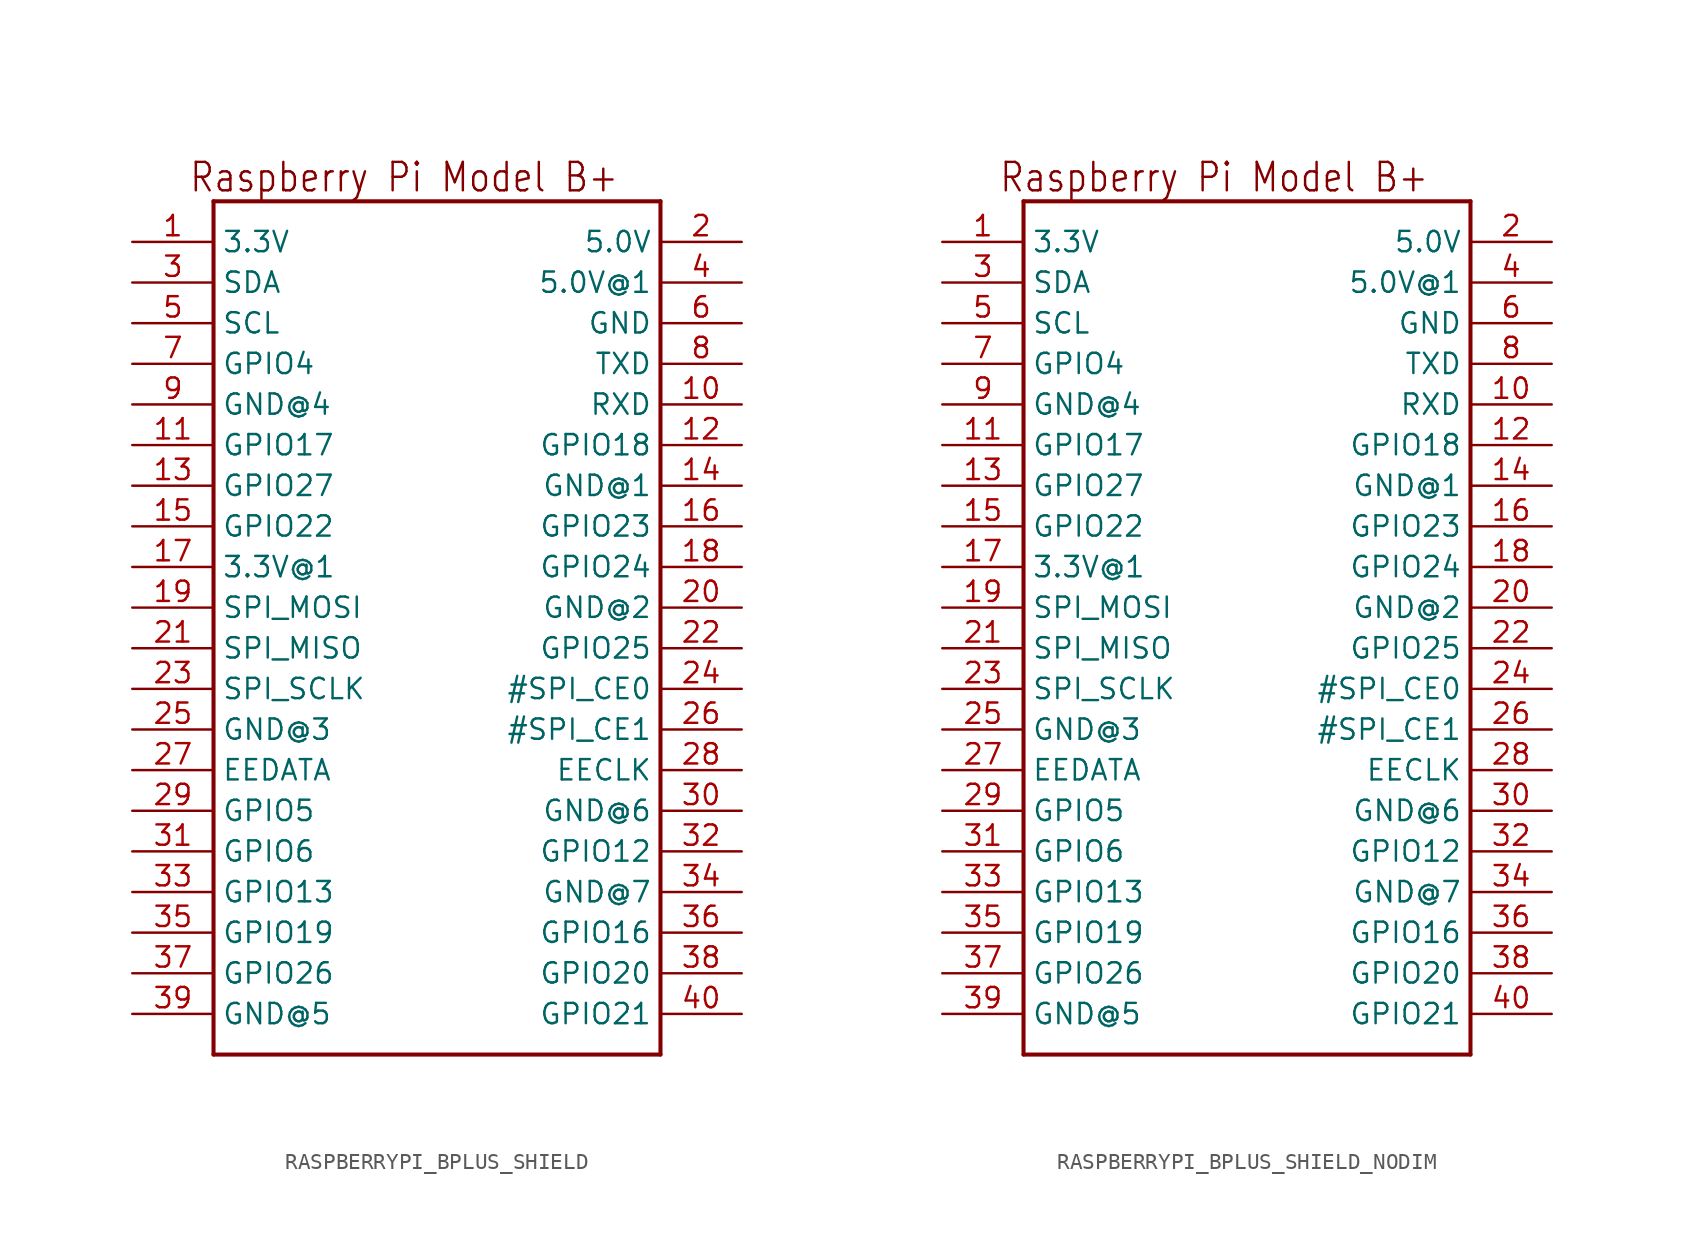
<source format=kicad_sym>
(kicad_symbol_lib
  (version 20211014)
  (generator kicad_symbol_editor)
  (symbol "RASPBERRYPI_BPLUS_SHIELD"
    (property "Reference" "RPI"
      (at 0 0 0)
      (effects (font (size 1.27 1.27)) hide))
    (property "ki_locked" ""
      (at 0 0 0)
      (effects (font (size 1.27 1.27))))
    (symbol "RASPBERRYPI_BPLUS_SHIELD_1_0"
      (polyline (pts (xy -12.7 -30.48) (xy -12.7 22.86)) (stroke (width 0.254) (type default) (color 0 0 0 0)) (fill (type none)))
      (polyline (pts (xy -12.7 22.86) (xy 15.24 22.86)) (stroke (width 0.254) (type default) (color 0 0 0 0)) (fill (type none)))
      (polyline (pts (xy 15.24 -30.48) (xy -12.7 -30.48)) (stroke (width 0.254) (type default) (color 0 0 0 0)) (fill (type none)))
      (polyline (pts (xy 15.24 22.86) (xy 15.24 -30.48)) (stroke (width 0.254) (type default) (color 0 0 0 0)) (fill (type none)))
      (text "Raspberry Pi Model B+" (at 12.7 25.4 0) (effects (font (size 1.778 1.511)) (justify right top)))
      (pin power_in line (at -17.78 20.32 0) (length 5.08) (name "3.3V" (effects (font (size 1.27 1.27)))) (number "1" (effects (font (size 1.27 1.27)))))
      (pin bidirectional line (at 20.32 10.16 180) (length 5.08) (name "RXD" (effects (font (size 1.27 1.27)))) (number "10" (effects (font (size 1.27 1.27)))))
      (pin bidirectional line (at -17.78 7.62 0) (length 5.08) (name "GPIO17" (effects (font (size 1.27 1.27)))) (number "11" (effects (font (size 1.27 1.27)))))
      (pin bidirectional line (at 20.32 7.62 180) (length 5.08) (name "GPIO18" (effects (font (size 1.27 1.27)))) (number "12" (effects (font (size 1.27 1.27)))))
      (pin bidirectional line (at -17.78 5.08 0) (length 5.08) (name "GPIO27" (effects (font (size 1.27 1.27)))) (number "13" (effects (font (size 1.27 1.27)))))
      (pin power_in line (at 20.32 5.08 180) (length 5.08) (name "GND@1" (effects (font (size 1.27 1.27)))) (number "14" (effects (font (size 1.27 1.27)))))
      (pin bidirectional line (at -17.78 2.54 0) (length 5.08) (name "GPIO22" (effects (font (size 1.27 1.27)))) (number "15" (effects (font (size 1.27 1.27)))))
      (pin bidirectional line (at 20.32 2.54 180) (length 5.08) (name "GPIO23" (effects (font (size 1.27 1.27)))) (number "16" (effects (font (size 1.27 1.27)))))
      (pin power_in line (at -17.78 0 0) (length 5.08) (name "3.3V@1" (effects (font (size 1.27 1.27)))) (number "17" (effects (font (size 1.27 1.27)))))
      (pin bidirectional line (at 20.32 0 180) (length 5.08) (name "GPIO24" (effects (font (size 1.27 1.27)))) (number "18" (effects (font (size 1.27 1.27)))))
      (pin bidirectional line (at -17.78 -2.54 0) (length 5.08) (name "SPI_MOSI" (effects (font (size 1.27 1.27)))) (number "19" (effects (font (size 1.27 1.27)))))
      (pin power_in line (at 20.32 20.32 180) (length 5.08) (name "5.0V" (effects (font (size 1.27 1.27)))) (number "2" (effects (font (size 1.27 1.27)))))
      (pin power_in line (at 20.32 -2.54 180) (length 5.08) (name "GND@2" (effects (font (size 1.27 1.27)))) (number "20" (effects (font (size 1.27 1.27)))))
      (pin bidirectional line (at -17.78 -5.08 0) (length 5.08) (name "SPI_MISO" (effects (font (size 1.27 1.27)))) (number "21" (effects (font (size 1.27 1.27)))))
      (pin bidirectional line (at 20.32 -5.08 180) (length 5.08) (name "GPIO25" (effects (font (size 1.27 1.27)))) (number "22" (effects (font (size 1.27 1.27)))))
      (pin bidirectional line (at -17.78 -7.62 0) (length 5.08) (name "SPI_SCLK" (effects (font (size 1.27 1.27)))) (number "23" (effects (font (size 1.27 1.27)))))
      (pin bidirectional line (at 20.32 -7.62 180) (length 5.08) (name "#SPI_CE0" (effects (font (size 1.27 1.27)))) (number "24" (effects (font (size 1.27 1.27)))))
      (pin power_in line (at -17.78 -10.16 0) (length 5.08) (name "GND@3" (effects (font (size 1.27 1.27)))) (number "25" (effects (font (size 1.27 1.27)))))
      (pin bidirectional line (at 20.32 -10.16 180) (length 5.08) (name "#SPI_CE1" (effects (font (size 1.27 1.27)))) (number "26" (effects (font (size 1.27 1.27)))))
      (pin bidirectional line (at -17.78 -12.7 0) (length 5.08) (name "EEDATA" (effects (font (size 1.27 1.27)))) (number "27" (effects (font (size 1.27 1.27)))))
      (pin bidirectional line (at 20.32 -12.7 180) (length 5.08) (name "EECLK" (effects (font (size 1.27 1.27)))) (number "28" (effects (font (size 1.27 1.27)))))
      (pin bidirectional line (at -17.78 -15.24 0) (length 5.08) (name "GPIO5" (effects (font (size 1.27 1.27)))) (number "29" (effects (font (size 1.27 1.27)))))
      (pin bidirectional line (at -17.78 17.78 0) (length 5.08) (name "SDA" (effects (font (size 1.27 1.27)))) (number "3" (effects (font (size 1.27 1.27)))))
      (pin power_in line (at 20.32 -15.24 180) (length 5.08) (name "GND@6" (effects (font (size 1.27 1.27)))) (number "30" (effects (font (size 1.27 1.27)))))
      (pin bidirectional line (at -17.78 -17.78 0) (length 5.08) (name "GPIO6" (effects (font (size 1.27 1.27)))) (number "31" (effects (font (size 1.27 1.27)))))
      (pin bidirectional line (at 20.32 -17.78 180) (length 5.08) (name "GPIO12" (effects (font (size 1.27 1.27)))) (number "32" (effects (font (size 1.27 1.27)))))
      (pin bidirectional line (at -17.78 -20.32 0) (length 5.08) (name "GPIO13" (effects (font (size 1.27 1.27)))) (number "33" (effects (font (size 1.27 1.27)))))
      (pin power_in line (at 20.32 -20.32 180) (length 5.08) (name "GND@7" (effects (font (size 1.27 1.27)))) (number "34" (effects (font (size 1.27 1.27)))))
      (pin bidirectional line (at -17.78 -22.86 0) (length 5.08) (name "GPIO19" (effects (font (size 1.27 1.27)))) (number "35" (effects (font (size 1.27 1.27)))))
      (pin bidirectional line (at 20.32 -22.86 180) (length 5.08) (name "GPIO16" (effects (font (size 1.27 1.27)))) (number "36" (effects (font (size 1.27 1.27)))))
      (pin bidirectional line (at -17.78 -25.4 0) (length 5.08) (name "GPIO26" (effects (font (size 1.27 1.27)))) (number "37" (effects (font (size 1.27 1.27)))))
      (pin bidirectional line (at 20.32 -25.4 180) (length 5.08) (name "GPIO20" (effects (font (size 1.27 1.27)))) (number "38" (effects (font (size 1.27 1.27)))))
      (pin power_in line (at -17.78 -27.94 0) (length 5.08) (name "GND@5" (effects (font (size 1.27 1.27)))) (number "39" (effects (font (size 1.27 1.27)))))
      (pin power_in line (at 20.32 17.78 180) (length 5.08) (name "5.0V@1" (effects (font (size 1.27 1.27)))) (number "4" (effects (font (size 1.27 1.27)))))
      (pin bidirectional line (at 20.32 -27.94 180) (length 5.08) (name "GPIO21" (effects (font (size 1.27 1.27)))) (number "40" (effects (font (size 1.27 1.27)))))
      (pin bidirectional line (at -17.78 15.24 0) (length 5.08) (name "SCL" (effects (font (size 1.27 1.27)))) (number "5" (effects (font (size 1.27 1.27)))))
      (pin power_in line (at 20.32 15.24 180) (length 5.08) (name "GND" (effects (font (size 1.27 1.27)))) (number "6" (effects (font (size 1.27 1.27)))))
      (pin bidirectional line (at -17.78 12.7 0) (length 5.08) (name "GPIO4" (effects (font (size 1.27 1.27)))) (number "7" (effects (font (size 1.27 1.27)))))
      (pin bidirectional line (at 20.32 12.7 180) (length 5.08) (name "TXD" (effects (font (size 1.27 1.27)))) (number "8" (effects (font (size 1.27 1.27)))))
      (pin power_in line (at -17.78 10.16 0) (length 5.08) (name "GND@4" (effects (font (size 1.27 1.27)))) (number "9" (effects (font (size 1.27 1.27)))))))
  (symbol "RASPBERRYPI_BPLUS_SHIELD_NODIM"
    (property "Reference" "RPI"
      (at 0 0 0)
      (effects (font (size 1.27 1.27)) hide))
    (property "ki_locked" ""
      (at 0 0 0)
      (effects (font (size 1.27 1.27))))
    (symbol "RASPBERRYPI_BPLUS_SHIELD_NODIM_1_0"
      (polyline (pts (xy -12.7 -30.48) (xy -12.7 22.86)) (stroke (width 0.254) (type default) (color 0 0 0 0)) (fill (type none)))
      (polyline (pts (xy -12.7 22.86) (xy 15.24 22.86)) (stroke (width 0.254) (type default) (color 0 0 0 0)) (fill (type none)))
      (polyline (pts (xy 15.24 -30.48) (xy -12.7 -30.48)) (stroke (width 0.254) (type default) (color 0 0 0 0)) (fill (type none)))
      (polyline (pts (xy 15.24 22.86) (xy 15.24 -30.48)) (stroke (width 0.254) (type default) (color 0 0 0 0)) (fill (type none)))
      (text "Raspberry Pi Model B+" (at 12.7 25.4 0) (effects (font (size 1.778 1.511)) (justify right top)))
      (pin power_in line (at -17.78 20.32 0) (length 5.08) (name "3.3V" (effects (font (size 1.27 1.27)))) (number "1" (effects (font (size 1.27 1.27)))))
      (pin bidirectional line (at 20.32 10.16 180) (length 5.08) (name "RXD" (effects (font (size 1.27 1.27)))) (number "10" (effects (font (size 1.27 1.27)))))
      (pin bidirectional line (at -17.78 7.62 0) (length 5.08) (name "GPIO17" (effects (font (size 1.27 1.27)))) (number "11" (effects (font (size 1.27 1.27)))))
      (pin bidirectional line (at 20.32 7.62 180) (length 5.08) (name "GPIO18" (effects (font (size 1.27 1.27)))) (number "12" (effects (font (size 1.27 1.27)))))
      (pin bidirectional line (at -17.78 5.08 0) (length 5.08) (name "GPIO27" (effects (font (size 1.27 1.27)))) (number "13" (effects (font (size 1.27 1.27)))))
      (pin power_in line (at 20.32 5.08 180) (length 5.08) (name "GND@1" (effects (font (size 1.27 1.27)))) (number "14" (effects (font (size 1.27 1.27)))))
      (pin bidirectional line (at -17.78 2.54 0) (length 5.08) (name "GPIO22" (effects (font (size 1.27 1.27)))) (number "15" (effects (font (size 1.27 1.27)))))
      (pin bidirectional line (at 20.32 2.54 180) (length 5.08) (name "GPIO23" (effects (font (size 1.27 1.27)))) (number "16" (effects (font (size 1.27 1.27)))))
      (pin power_in line (at -17.78 0 0) (length 5.08) (name "3.3V@1" (effects (font (size 1.27 1.27)))) (number "17" (effects (font (size 1.27 1.27)))))
      (pin bidirectional line (at 20.32 0 180) (length 5.08) (name "GPIO24" (effects (font (size 1.27 1.27)))) (number "18" (effects (font (size 1.27 1.27)))))
      (pin bidirectional line (at -17.78 -2.54 0) (length 5.08) (name "SPI_MOSI" (effects (font (size 1.27 1.27)))) (number "19" (effects (font (size 1.27 1.27)))))
      (pin power_in line (at 20.32 20.32 180) (length 5.08) (name "5.0V" (effects (font (size 1.27 1.27)))) (number "2" (effects (font (size 1.27 1.27)))))
      (pin power_in line (at 20.32 -2.54 180) (length 5.08) (name "GND@2" (effects (font (size 1.27 1.27)))) (number "20" (effects (font (size 1.27 1.27)))))
      (pin bidirectional line (at -17.78 -5.08 0) (length 5.08) (name "SPI_MISO" (effects (font (size 1.27 1.27)))) (number "21" (effects (font (size 1.27 1.27)))))
      (pin bidirectional line (at 20.32 -5.08 180) (length 5.08) (name "GPIO25" (effects (font (size 1.27 1.27)))) (number "22" (effects (font (size 1.27 1.27)))))
      (pin bidirectional line (at -17.78 -7.62 0) (length 5.08) (name "SPI_SCLK" (effects (font (size 1.27 1.27)))) (number "23" (effects (font (size 1.27 1.27)))))
      (pin bidirectional line (at 20.32 -7.62 180) (length 5.08) (name "#SPI_CE0" (effects (font (size 1.27 1.27)))) (number "24" (effects (font (size 1.27 1.27)))))
      (pin power_in line (at -17.78 -10.16 0) (length 5.08) (name "GND@3" (effects (font (size 1.27 1.27)))) (number "25" (effects (font (size 1.27 1.27)))))
      (pin bidirectional line (at 20.32 -10.16 180) (length 5.08) (name "#SPI_CE1" (effects (font (size 1.27 1.27)))) (number "26" (effects (font (size 1.27 1.27)))))
      (pin bidirectional line (at -17.78 -12.7 0) (length 5.08) (name "EEDATA" (effects (font (size 1.27 1.27)))) (number "27" (effects (font (size 1.27 1.27)))))
      (pin bidirectional line (at 20.32 -12.7 180) (length 5.08) (name "EECLK" (effects (font (size 1.27 1.27)))) (number "28" (effects (font (size 1.27 1.27)))))
      (pin bidirectional line (at -17.78 -15.24 0) (length 5.08) (name "GPIO5" (effects (font (size 1.27 1.27)))) (number "29" (effects (font (size 1.27 1.27)))))
      (pin bidirectional line (at -17.78 17.78 0) (length 5.08) (name "SDA" (effects (font (size 1.27 1.27)))) (number "3" (effects (font (size 1.27 1.27)))))
      (pin power_in line (at 20.32 -15.24 180) (length 5.08) (name "GND@6" (effects (font (size 1.27 1.27)))) (number "30" (effects (font (size 1.27 1.27)))))
      (pin bidirectional line (at -17.78 -17.78 0) (length 5.08) (name "GPIO6" (effects (font (size 1.27 1.27)))) (number "31" (effects (font (size 1.27 1.27)))))
      (pin bidirectional line (at 20.32 -17.78 180) (length 5.08) (name "GPIO12" (effects (font (size 1.27 1.27)))) (number "32" (effects (font (size 1.27 1.27)))))
      (pin bidirectional line (at -17.78 -20.32 0) (length 5.08) (name "GPIO13" (effects (font (size 1.27 1.27)))) (number "33" (effects (font (size 1.27 1.27)))))
      (pin power_in line (at 20.32 -20.32 180) (length 5.08) (name "GND@7" (effects (font (size 1.27 1.27)))) (number "34" (effects (font (size 1.27 1.27)))))
      (pin bidirectional line (at -17.78 -22.86 0) (length 5.08) (name "GPIO19" (effects (font (size 1.27 1.27)))) (number "35" (effects (font (size 1.27 1.27)))))
      (pin bidirectional line (at 20.32 -22.86 180) (length 5.08) (name "GPIO16" (effects (font (size 1.27 1.27)))) (number "36" (effects (font (size 1.27 1.27)))))
      (pin bidirectional line (at -17.78 -25.4 0) (length 5.08) (name "GPIO26" (effects (font (size 1.27 1.27)))) (number "37" (effects (font (size 1.27 1.27)))))
      (pin bidirectional line (at 20.32 -25.4 180) (length 5.08) (name "GPIO20" (effects (font (size 1.27 1.27)))) (number "38" (effects (font (size 1.27 1.27)))))
      (pin power_in line (at -17.78 -27.94 0) (length 5.08) (name "GND@5" (effects (font (size 1.27 1.27)))) (number "39" (effects (font (size 1.27 1.27)))))
      (pin power_in line (at 20.32 17.78 180) (length 5.08) (name "5.0V@1" (effects (font (size 1.27 1.27)))) (number "4" (effects (font (size 1.27 1.27)))))
      (pin bidirectional line (at 20.32 -27.94 180) (length 5.08) (name "GPIO21" (effects (font (size 1.27 1.27)))) (number "40" (effects (font (size 1.27 1.27)))))
      (pin bidirectional line (at -17.78 15.24 0) (length 5.08) (name "SCL" (effects (font (size 1.27 1.27)))) (number "5" (effects (font (size 1.27 1.27)))))
      (pin power_in line (at 20.32 15.24 180) (length 5.08) (name "GND" (effects (font (size 1.27 1.27)))) (number "6" (effects (font (size 1.27 1.27)))))
      (pin bidirectional line (at -17.78 12.7 0) (length 5.08) (name "GPIO4" (effects (font (size 1.27 1.27)))) (number "7" (effects (font (size 1.27 1.27)))))
      (pin bidirectional line (at 20.32 12.7 180) (length 5.08) (name "TXD" (effects (font (size 1.27 1.27)))) (number "8" (effects (font (size 1.27 1.27)))))
      (pin power_in line (at -17.78 10.16 0) (length 5.08) (name "GND@4" (effects (font (size 1.27 1.27)))) (number "9" (effects (font (size 1.27 1.27))))))))
</source>
